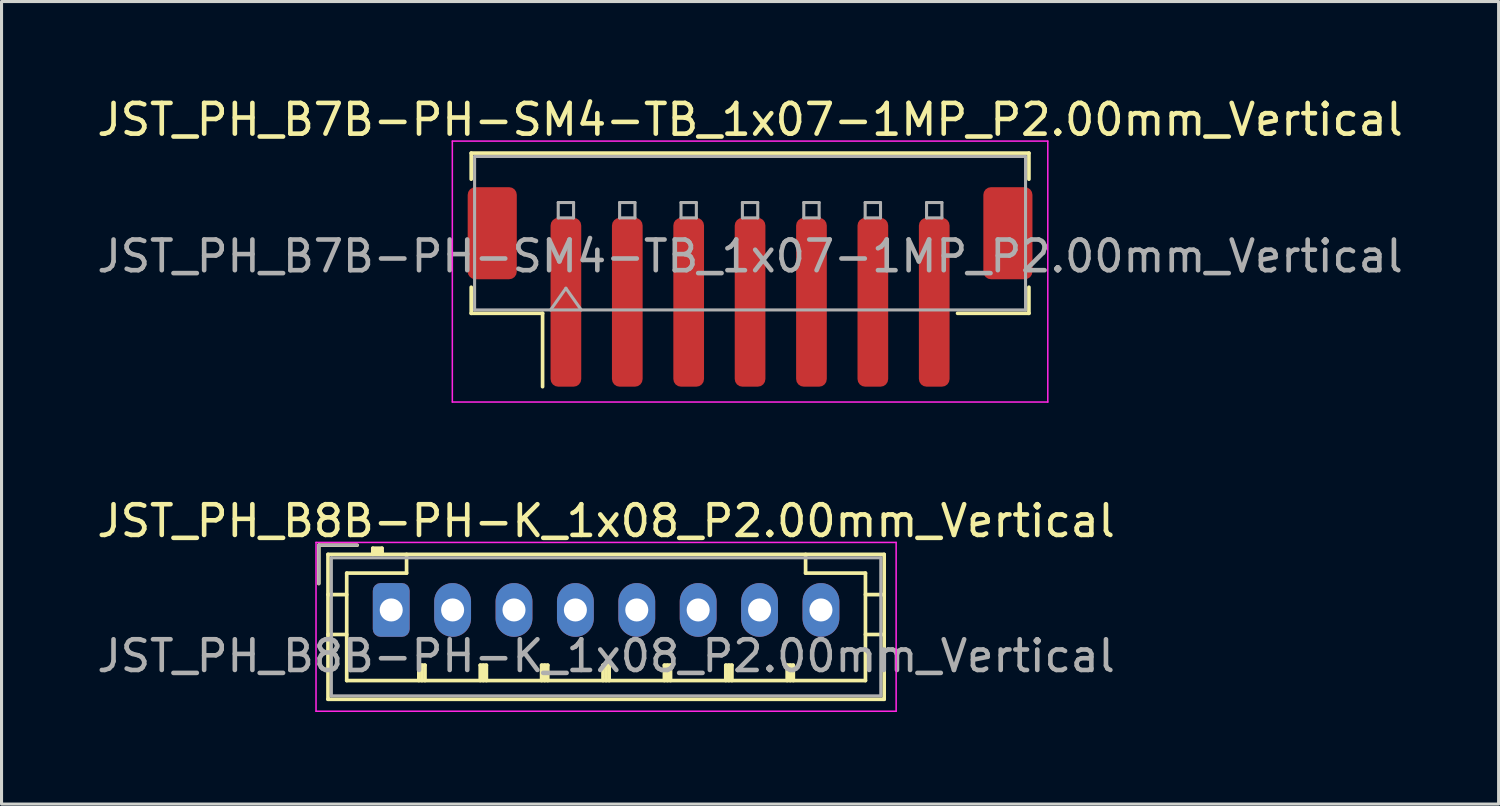
<source format=kicad_pcb>
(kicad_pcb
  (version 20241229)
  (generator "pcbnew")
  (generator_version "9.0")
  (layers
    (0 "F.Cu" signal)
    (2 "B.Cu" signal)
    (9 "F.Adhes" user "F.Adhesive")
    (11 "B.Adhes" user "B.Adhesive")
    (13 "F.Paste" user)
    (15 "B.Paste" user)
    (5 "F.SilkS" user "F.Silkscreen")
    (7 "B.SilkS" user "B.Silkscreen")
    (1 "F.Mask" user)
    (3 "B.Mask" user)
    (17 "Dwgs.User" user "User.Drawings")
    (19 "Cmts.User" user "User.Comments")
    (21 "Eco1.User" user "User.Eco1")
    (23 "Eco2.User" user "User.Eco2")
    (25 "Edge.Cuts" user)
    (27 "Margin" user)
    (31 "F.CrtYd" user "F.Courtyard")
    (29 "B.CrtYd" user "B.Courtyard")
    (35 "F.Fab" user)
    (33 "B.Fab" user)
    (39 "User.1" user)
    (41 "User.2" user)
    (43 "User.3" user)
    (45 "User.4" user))
  (footprint "JST_PH_B7B-PH-SM4-TB_1x07-1MP_P2.00mm_Vertical"
    (layer "F.Cu")
    (at 21.387 6.298)
    (property "Reference" "JST_PH_B7B-PH-SM4-TB_1x07-1MP_P2.00mm_Vertical" (at 0 -5.45 0) (layer "F.SilkS") (effects (font (size 1 1) (thickness 0.15))))
    (attr smd)
    (fp_line (start -9.085 -4.36) (end 9.085 -4.36) (stroke (width 0.12) (type solid)) (layer "F.SilkS"))
    (fp_line (start -9.085 -3.51) (end -9.085 -4.36) (stroke (width 0.12) (type solid)) (layer "F.SilkS"))
    (fp_line (start -9.085 0.01) (end -9.085 0.86) (stroke (width 0.12) (type solid)) (layer "F.SilkS"))
    (fp_line (start -9.085 0.86) (end -6.76 0.86) (stroke (width 0.12) (type solid)) (layer "F.SilkS"))
    (fp_line (start -6.76 0.86) (end -6.76 3.25) (stroke (width 0.12) (type solid)) (layer "F.SilkS"))
    (fp_line (start 9.085 -4.36) (end 9.085 -3.51) (stroke (width 0.12) (type solid)) (layer "F.SilkS"))
    (fp_line (start 9.085 0.01) (end 9.085 0.86) (stroke (width 0.12) (type solid)) (layer "F.SilkS"))
    (fp_line (start 9.085 0.86) (end 6.76 0.86) (stroke (width 0.12) (type solid)) (layer "F.SilkS"))
    (fp_line (start -9.7 -4.75) (end -9.7 3.75) (stroke (width 0.05) (type solid)) (layer "F.CrtYd"))
    (fp_line (start -9.7 3.75) (end 9.7 3.75) (stroke (width 0.05) (type solid)) (layer "F.CrtYd"))
    (fp_line (start 9.7 -4.75) (end -9.7 -4.75) (stroke (width 0.05) (type solid)) (layer "F.CrtYd"))
    (fp_line (start 9.7 3.75) (end 9.7 -4.75) (stroke (width 0.05) (type solid)) (layer "F.CrtYd"))
    (fp_line (start -8.975 -4.25) (end 8.975 -4.25) (stroke (width 0.1) (type solid)) (layer "F.Fab"))
    (fp_line (start -8.975 0.75) (end -8.975 -4.25) (stroke (width 0.1) (type solid)) (layer "F.Fab"))
    (fp_line (start -8.975 0.75) (end 8.975 0.75) (stroke (width 0.1) (type solid)) (layer "F.Fab"))
    (fp_line (start -6.5 0.75) (end -6 0.043) (stroke (width 0.1) (type solid)) (layer "F.Fab"))
    (fp_line (start -6.25 -2.75) (end -6.25 -2.25) (stroke (width 0.1) (type solid)) (layer "F.Fab"))
    (fp_line (start -6.25 -2.25) (end -5.75 -2.25) (stroke (width 0.1) (type solid)) (layer "F.Fab"))
    (fp_line (start -6 0.043) (end -5.5 0.75) (stroke (width 0.1) (type solid)) (layer "F.Fab"))
    (fp_line (start -5.75 -2.75) (end -6.25 -2.75) (stroke (width 0.1) (type solid)) (layer "F.Fab"))
    (fp_line (start -5.75 -2.25) (end -5.75 -2.75) (stroke (width 0.1) (type solid)) (layer "F.Fab"))
    (fp_line (start -4.25 -2.75) (end -4.25 -2.25) (stroke (width 0.1) (type solid)) (layer "F.Fab"))
    (fp_line (start -4.25 -2.25) (end -3.75 -2.25) (stroke (width 0.1) (type solid)) (layer "F.Fab"))
    (fp_line (start -3.75 -2.75) (end -4.25 -2.75) (stroke (width 0.1) (type solid)) (layer "F.Fab"))
    (fp_line (start -3.75 -2.25) (end -3.75 -2.75) (stroke (width 0.1) (type solid)) (layer "F.Fab"))
    (fp_line (start -2.25 -2.75) (end -2.25 -2.25) (stroke (width 0.1) (type solid)) (layer "F.Fab"))
    (fp_line (start -2.25 -2.25) (end -1.75 -2.25) (stroke (width 0.1) (type solid)) (layer "F.Fab"))
    (fp_line (start -1.75 -2.75) (end -2.25 -2.75) (stroke (width 0.1) (type solid)) (layer "F.Fab"))
    (fp_line (start -1.75 -2.25) (end -1.75 -2.75) (stroke (width 0.1) (type solid)) (layer "F.Fab"))
    (fp_line (start -0.25 -2.75) (end -0.25 -2.25) (stroke (width 0.1) (type solid)) (layer "F.Fab"))
    (fp_line (start -0.25 -2.25) (end 0.25 -2.25) (stroke (width 0.1) (type solid)) (layer "F.Fab"))
    (fp_line (start 0.25 -2.75) (end -0.25 -2.75) (stroke (width 0.1) (type solid)) (layer "F.Fab"))
    (fp_line (start 0.25 -2.25) (end 0.25 -2.75) (stroke (width 0.1) (type solid)) (layer "F.Fab"))
    (fp_line (start 1.75 -2.75) (end 1.75 -2.25) (stroke (width 0.1) (type solid)) (layer "F.Fab"))
    (fp_line (start 1.75 -2.25) (end 2.25 -2.25) (stroke (width 0.1) (type solid)) (layer "F.Fab"))
    (fp_line (start 2.25 -2.75) (end 1.75 -2.75) (stroke (width 0.1) (type solid)) (layer "F.Fab"))
    (fp_line (start 2.25 -2.25) (end 2.25 -2.75) (stroke (width 0.1) (type solid)) (layer "F.Fab"))
    (fp_line (start 3.75 -2.75) (end 3.75 -2.25) (stroke (width 0.1) (type solid)) (layer "F.Fab"))
    (fp_line (start 3.75 -2.25) (end 4.25 -2.25) (stroke (width 0.1) (type solid)) (layer "F.Fab"))
    (fp_line (start 4.25 -2.75) (end 3.75 -2.75) (stroke (width 0.1) (type solid)) (layer "F.Fab"))
    (fp_line (start 4.25 -2.25) (end 4.25 -2.75) (stroke (width 0.1) (type solid)) (layer "F.Fab"))
    (fp_line (start 5.75 -2.75) (end 5.75 -2.25) (stroke (width 0.1) (type solid)) (layer "F.Fab"))
    (fp_line (start 5.75 -2.25) (end 6.25 -2.25) (stroke (width 0.1) (type solid)) (layer "F.Fab"))
    (fp_line (start 6.25 -2.75) (end 5.75 -2.75) (stroke (width 0.1) (type solid)) (layer "F.Fab"))
    (fp_line (start 6.25 -2.25) (end 6.25 -2.75) (stroke (width 0.1) (type solid)) (layer "F.Fab"))
    (fp_line (start 8.975 0.75) (end 8.975 -4.25) (stroke (width 0.1) (type solid)) (layer "F.Fab"))
    (fp_text user "${REFERENCE}" (at 0 -1 0) (layer "F.Fab") (effects (font (size 1 1) (thickness 0.15))))
    (pad "1" smd roundrect (at -6 0.5) (size 1 5.5) (layers "F.Cu" "F.Mask" "F.Paste") (roundrect_rratio 0.25))
    (pad "2" smd roundrect (at -4 0.5) (size 1 5.5) (layers "F.Cu" "F.Mask" "F.Paste") (roundrect_rratio 0.25))
    (pad "3" smd roundrect (at -2 0.5) (size 1 5.5) (layers "F.Cu" "F.Mask" "F.Paste") (roundrect_rratio 0.25))
    (pad "4" smd roundrect (at 0 0.5) (size 1 5.5) (layers "F.Cu" "F.Mask" "F.Paste") (roundrect_rratio 0.25))
    (pad "5" smd roundrect (at 2 0.5) (size 1 5.5) (layers "F.Cu" "F.Mask" "F.Paste") (roundrect_rratio 0.25))
    (pad "6" smd roundrect (at 4 0.5) (size 1 5.5) (layers "F.Cu" "F.Mask" "F.Paste") (roundrect_rratio 0.25))
    (pad "7" smd roundrect (at 6 0.5) (size 1 5.5) (layers "F.Cu" "F.Mask" "F.Paste") (roundrect_rratio 0.25))
    (pad "MP" smd roundrect (at -8.4 -1.75) (size 1.6 3) (layers "F.Cu" "F.Mask" "F.Paste") (roundrect_rratio 0.156))
    (pad "MP" smd roundrect (at 8.4 -1.75) (size 1.6 3) (layers "F.Cu" "F.Mask" "F.Paste") (roundrect_rratio 0.156)))
  (footprint "JST_PH_B8B-PH-K_1x08_P2.00mm_Vertical"
    (layer "F.Cu")
    (at 9.696 16.822)
    (property "Reference" "JST_PH_B8B-PH-K_1x08_P2.00mm_Vertical" (at 7 -2.9 0) (layer "F.SilkS") (effects (font (size 1 1) (thickness 0.15))))
    (attr through_hole)
    (fp_line (start -2.36 -2.11) (end -2.36 -0.86) (stroke (width 0.12) (type solid)) (layer "F.SilkS"))
    (fp_line (start -2.06 -1.81) (end -2.06 2.91) (stroke (width 0.12) (type solid)) (layer "F.SilkS"))
    (fp_line (start -2.06 -0.5) (end -1.45 -0.5) (stroke (width 0.12) (type solid)) (layer "F.SilkS"))
    (fp_line (start -2.06 0.8) (end -1.45 0.8) (stroke (width 0.12) (type solid)) (layer "F.SilkS"))
    (fp_line (start -2.06 2.91) (end 16.06 2.91) (stroke (width 0.12) (type solid)) (layer "F.SilkS"))
    (fp_line (start -1.45 -1.2) (end -1.45 2.3) (stroke (width 0.12) (type solid)) (layer "F.SilkS"))
    (fp_line (start -1.45 2.3) (end 15.45 2.3) (stroke (width 0.12) (type solid)) (layer "F.SilkS"))
    (fp_line (start -1.11 -2.11) (end -2.36 -2.11) (stroke (width 0.12) (type solid)) (layer "F.SilkS"))
    (fp_line (start -0.6 -2.01) (end -0.6 -1.81) (stroke (width 0.12) (type solid)) (layer "F.SilkS"))
    (fp_line (start -0.3 -2.01) (end -0.6 -2.01) (stroke (width 0.12) (type solid)) (layer "F.SilkS"))
    (fp_line (start -0.3 -1.91) (end -0.6 -1.91) (stroke (width 0.12) (type solid)) (layer "F.SilkS"))
    (fp_line (start -0.3 -1.81) (end -0.3 -2.01) (stroke (width 0.12) (type solid)) (layer "F.SilkS"))
    (fp_line (start 0.5 -1.81) (end 0.5 -1.2) (stroke (width 0.12) (type solid)) (layer "F.SilkS"))
    (fp_line (start 0.5 -1.2) (end -1.45 -1.2) (stroke (width 0.12) (type solid)) (layer "F.SilkS"))
    (fp_line (start 0.9 1.8) (end 1.1 1.8) (stroke (width 0.12) (type solid)) (layer "F.SilkS"))
    (fp_line (start 0.9 2.3) (end 0.9 1.8) (stroke (width 0.12) (type solid)) (layer "F.SilkS"))
    (fp_line (start 1 2.3) (end 1 1.8) (stroke (width 0.12) (type solid)) (layer "F.SilkS"))
    (fp_line (start 1.1 1.8) (end 1.1 2.3) (stroke (width 0.12) (type solid)) (layer "F.SilkS"))
    (fp_line (start 2.9 1.8) (end 3.1 1.8) (stroke (width 0.12) (type solid)) (layer "F.SilkS"))
    (fp_line (start 2.9 2.3) (end 2.9 1.8) (stroke (width 0.12) (type solid)) (layer "F.SilkS"))
    (fp_line (start 3 2.3) (end 3 1.8) (stroke (width 0.12) (type solid)) (layer "F.SilkS"))
    (fp_line (start 3.1 1.8) (end 3.1 2.3) (stroke (width 0.12) (type solid)) (layer "F.SilkS"))
    (fp_line (start 4.9 1.8) (end 5.1 1.8) (stroke (width 0.12) (type solid)) (layer "F.SilkS"))
    (fp_line (start 4.9 2.3) (end 4.9 1.8) (stroke (width 0.12) (type solid)) (layer "F.SilkS"))
    (fp_line (start 5 2.3) (end 5 1.8) (stroke (width 0.12) (type solid)) (layer "F.SilkS"))
    (fp_line (start 5.1 1.8) (end 5.1 2.3) (stroke (width 0.12) (type solid)) (layer "F.SilkS"))
    (fp_line (start 6.9 1.8) (end 7.1 1.8) (stroke (width 0.12) (type solid)) (layer "F.SilkS"))
    (fp_line (start 6.9 2.3) (end 6.9 1.8) (stroke (width 0.12) (type solid)) (layer "F.SilkS"))
    (fp_line (start 7 2.3) (end 7 1.8) (stroke (width 0.12) (type solid)) (layer "F.SilkS"))
    (fp_line (start 7.1 1.8) (end 7.1 2.3) (stroke (width 0.12) (type solid)) (layer "F.SilkS"))
    (fp_line (start 8.9 1.8) (end 9.1 1.8) (stroke (width 0.12) (type solid)) (layer "F.SilkS"))
    (fp_line (start 8.9 2.3) (end 8.9 1.8) (stroke (width 0.12) (type solid)) (layer "F.SilkS"))
    (fp_line (start 9 2.3) (end 9 1.8) (stroke (width 0.12) (type solid)) (layer "F.SilkS"))
    (fp_line (start 9.1 1.8) (end 9.1 2.3) (stroke (width 0.12) (type solid)) (layer "F.SilkS"))
    (fp_line (start 10.9 1.8) (end 11.1 1.8) (stroke (width 0.12) (type solid)) (layer "F.SilkS"))
    (fp_line (start 10.9 2.3) (end 10.9 1.8) (stroke (width 0.12) (type solid)) (layer "F.SilkS"))
    (fp_line (start 11 2.3) (end 11 1.8) (stroke (width 0.12) (type solid)) (layer "F.SilkS"))
    (fp_line (start 11.1 1.8) (end 11.1 2.3) (stroke (width 0.12) (type solid)) (layer "F.SilkS"))
    (fp_line (start 12.9 1.8) (end 13.1 1.8) (stroke (width 0.12) (type solid)) (layer "F.SilkS"))
    (fp_line (start 12.9 2.3) (end 12.9 1.8) (stroke (width 0.12) (type solid)) (layer "F.SilkS"))
    (fp_line (start 13 2.3) (end 13 1.8) (stroke (width 0.12) (type solid)) (layer "F.SilkS"))
    (fp_line (start 13.1 1.8) (end 13.1 2.3) (stroke (width 0.12) (type solid)) (layer "F.SilkS"))
    (fp_line (start 13.5 -1.2) (end 13.5 -1.81) (stroke (width 0.12) (type solid)) (layer "F.SilkS"))
    (fp_line (start 15.45 -1.2) (end 13.5 -1.2) (stroke (width 0.12) (type solid)) (layer "F.SilkS"))
    (fp_line (start 15.45 2.3) (end 15.45 -1.2) (stroke (width 0.12) (type solid)) (layer "F.SilkS"))
    (fp_line (start 16.06 -1.81) (end -2.06 -1.81) (stroke (width 0.12) (type solid)) (layer "F.SilkS"))
    (fp_line (start 16.06 -0.5) (end 15.45 -0.5) (stroke (width 0.12) (type solid)) (layer "F.SilkS"))
    (fp_line (start 16.06 0.8) (end 15.45 0.8) (stroke (width 0.12) (type solid)) (layer "F.SilkS"))
    (fp_line (start 16.06 2.91) (end 16.06 -1.81) (stroke (width 0.12) (type solid)) (layer "F.SilkS"))
    (fp_line (start -2.45 -2.2) (end -2.45 3.3) (stroke (width 0.05) (type solid)) (layer "F.CrtYd"))
    (fp_line (start -2.45 3.3) (end 16.45 3.3) (stroke (width 0.05) (type solid)) (layer "F.CrtYd"))
    (fp_line (start 16.45 -2.2) (end -2.45 -2.2) (stroke (width 0.05) (type solid)) (layer "F.CrtYd"))
    (fp_line (start 16.45 3.3) (end 16.45 -2.2) (stroke (width 0.05) (type solid)) (layer "F.CrtYd"))
    (fp_line (start -2.36 -2.11) (end -2.36 -0.86) (stroke (width 0.1) (type solid)) (layer "F.Fab"))
    (fp_line (start -1.95 -1.7) (end -1.95 2.8) (stroke (width 0.1) (type solid)) (layer "F.Fab"))
    (fp_line (start -1.95 2.8) (end 15.95 2.8) (stroke (width 0.1) (type solid)) (layer "F.Fab"))
    (fp_line (start -1.11 -2.11) (end -2.36 -2.11) (stroke (width 0.1) (type solid)) (layer "F.Fab"))
    (fp_line (start 15.95 -1.7) (end -1.95 -1.7) (stroke (width 0.1) (type solid)) (layer "F.Fab"))
    (fp_line (start 15.95 2.8) (end 15.95 -1.7) (stroke (width 0.1) (type solid)) (layer "F.Fab"))
    (fp_text user "${REFERENCE}" (at 7 1.5 0) (layer "F.Fab") (effects (font (size 1 1) (thickness 0.15))))
    (pad "1" thru_hole roundrect (at 0 0) (size 1.2 1.75) (drill 0.75) (layers "*.Cu" "*.Mask") (roundrect_rratio 0.208))
    (pad "2" thru_hole oval (at 2 0) (size 1.2 1.75) (drill 0.75) (layers "*.Cu" "*.Mask"))
    (pad "3" thru_hole oval (at 4 0) (size 1.2 1.75) (drill 0.75) (layers "*.Cu" "*.Mask"))
    (pad "4" thru_hole oval (at 6 0) (size 1.2 1.75) (drill 0.75) (layers "*.Cu" "*.Mask"))
    (pad "5" thru_hole oval (at 8 0) (size 1.2 1.75) (drill 0.75) (layers "*.Cu" "*.Mask"))
    (pad "6" thru_hole oval (at 10 0) (size 1.2 1.75) (drill 0.75) (layers "*.Cu" "*.Mask"))
    (pad "7" thru_hole oval (at 12 0) (size 1.2 1.75) (drill 0.75) (layers "*.Cu" "*.Mask"))
    (pad "8" thru_hole oval (at 14 0) (size 1.2 1.75) (drill 0.75) (layers "*.Cu" "*.Mask")))
  (gr_rect
    (start -3 -3)
    (end 45.774 23.146)
    (stroke (width 0.1) (type default))
    (fill no)
    (layer "Edge.Cuts")))
</source>
